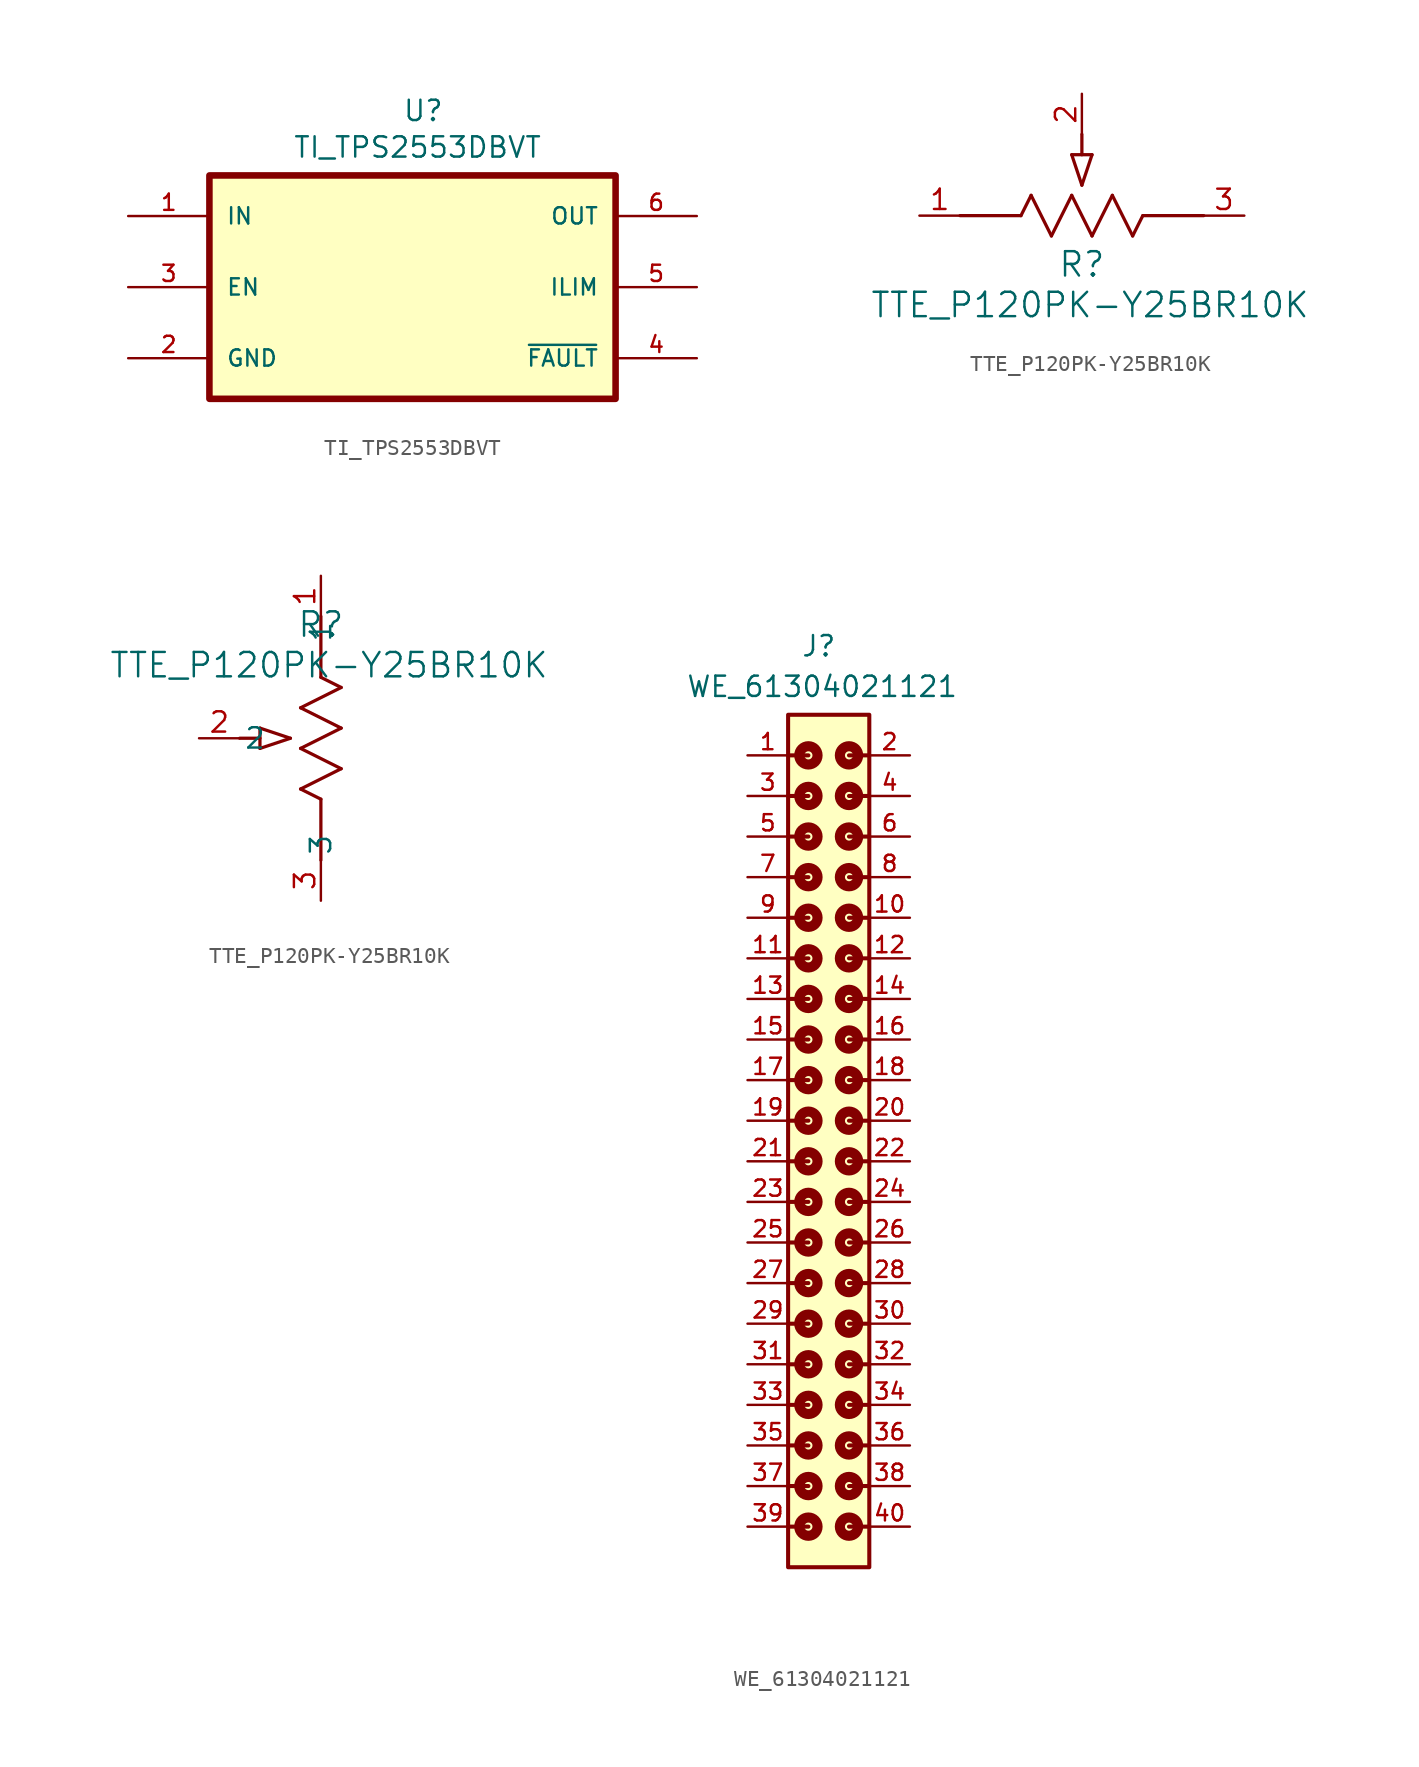
<source format=kicad_sym>
(kicad_symbol_lib
  (version 20241209)
  (generator "kicad_symbol_editor")
  (generator_version "9.0")
  (symbol "TI_TPS2553DBVT"
    (pin_names
      (offset 1.016))
    (property "Reference" "U"
      (at -0.635 10.287 0)
      (effects (font (size 1.27 1.27)) (justify left bottom)))
    (property "Value" "TI_TPS2553DBVT"
      (at -7.493 8.001 0)
      (effects (font (size 1.27 1.27)) (justify left bottom)))
    (symbol "TI_TPS2553DBVT_0_0"
      (rectangle (start -12.7 6.985) (end 12.7 -6.985) (stroke (width 0.41) (type default)) (fill (type background)))
      (pin input line (at -17.78 4.445 0) (length 5.08) (name "IN" (effects (font (size 1.016 1.016)))) (number "1" (effects (font (size 1.016 1.016)))))
      (pin input line (at -17.78 0 0) (length 5.08) (name "EN" (effects (font (size 1.016 1.016)))) (number "3" (effects (font (size 1.016 1.016)))))
      (pin power_in line (at -17.78 -4.445 0) (length 5.08) (name "GND" (effects (font (size 1.016 1.016)))) (number "2" (effects (font (size 1.016 1.016)))))
      (pin input line (at 17.78 0 180) (length 5.08) (name "ILIM" (effects (font (size 1.016 1.016)))) (number "5" (effects (font (size 1.016 1.016)))))
      (pin output line (at 17.78 -4.445 180) (length 5.08) (name "~{FAULT}" (effects (font (size 1.016 1.016)))) (number "4" (effects (font (size 1.016 1.016))))))
    (symbol "TI_TPS2553DBVT_1_0"
      (pin output line (at 17.78 4.445 180) (length 5.08) (name "OUT" (effects (font (size 1.016 1.016)))) (number "6" (effects (font (size 1.016 1.016)))))))
  (symbol "TTE_P120PK-Y25BR10K"
    (pin_names
      (offset 0.254))
    (property "Reference" "R"
      (at 0 -3.048 0)
      (effects (font (size 1.524 1.524))))
    (property "Value" "TTE_P120PK-Y25BR10K"
      (at 0.508 -5.588 0)
      (effects (font (size 1.524 1.524))))
    (symbol "TTE_P120PK-Y25BR10K_1_1"
      (polyline (pts (xy -7.62 0) (xy -3.81 0)) (stroke (width 0.203) (type default)) (fill (type none)))
      (polyline (pts (xy -3.81 0) (xy -3.175 1.27)) (stroke (width 0.203) (type default)) (fill (type none)))
      (polyline (pts (xy -3.175 1.27) (xy -1.905 -1.27)) (stroke (width 0.203) (type default)) (fill (type none)))
      (polyline (pts (xy -1.905 -1.27) (xy -0.635 1.27)) (stroke (width 0.203) (type default)) (fill (type none)))
      (polyline (pts (xy -0.635 3.81) (xy 0 1.905)) (stroke (width 0.203) (type default)) (fill (type none)))
      (polyline (pts (xy -0.635 3.81) (xy 0.635 3.81)) (stroke (width 0.203) (type default)) (fill (type none)))
      (polyline (pts (xy -0.635 1.27) (xy 0.635 -1.27)) (stroke (width 0.203) (type default)) (fill (type none)))
      (polyline (pts (xy 0 3.81) (xy 0 5.08)) (stroke (width 0.203) (type default)) (fill (type none)))
      (polyline (pts (xy 0.635 3.81) (xy 0 1.905)) (stroke (width 0.203) (type default)) (fill (type none)))
      (polyline (pts (xy 0.635 -1.27) (xy 1.905 1.27)) (stroke (width 0.203) (type default)) (fill (type none)))
      (polyline (pts (xy 1.905 1.27) (xy 3.175 -1.27)) (stroke (width 0.203) (type default)) (fill (type none)))
      (polyline (pts (xy 3.175 -1.27) (xy 3.81 0)) (stroke (width 0.203) (type default)) (fill (type none)))
      (polyline (pts (xy 3.81 0) (xy 7.62 0)) (stroke (width 0.203) (type default)) (fill (type none)))
      (pin unspecified line (at -10.16 0 0) (length 2.54) (name "" (effects (font (size 1.27 1.27)))) (number "1" (effects (font (size 1.27 1.27)))))
      (pin unspecified line (at 0 7.62 270) (length 2.54) (name "" (effects (font (size 1.27 1.27)))) (number "2" (effects (font (size 1.27 1.27)))))
      (pin unspecified line (at 10.16 0 180) (length 2.54) (name "" (effects (font (size 1.27 1.27)))) (number "3" (effects (font (size 1.27 1.27))))))
    (symbol "TTE_P120PK-Y25BR10K_1_2"
      (polyline (pts (xy -3.81 -9.525) (xy -1.905 -10.16)) (stroke (width 0.203) (type default)) (fill (type none)))
      (polyline (pts (xy -3.81 -10.16) (xy -5.08 -10.16)) (stroke (width 0.203) (type default)) (fill (type none)))
      (polyline (pts (xy -3.81 -10.795) (xy -3.81 -9.525)) (stroke (width 0.203) (type default)) (fill (type none)))
      (polyline (pts (xy -3.81 -10.795) (xy -1.905 -10.16)) (stroke (width 0.203) (type default)) (fill (type none)))
      (polyline (pts (xy -1.27 -8.255) (xy 1.27 -6.985)) (stroke (width 0.203) (type default)) (fill (type none)))
      (polyline (pts (xy -1.27 -10.795) (xy 1.27 -9.525)) (stroke (width 0.203) (type default)) (fill (type none)))
      (polyline (pts (xy -1.27 -13.335) (xy 1.27 -12.065)) (stroke (width 0.203) (type default)) (fill (type none)))
      (polyline (pts (xy 0 -6.35) (xy 0 -2.54)) (stroke (width 0.203) (type default)) (fill (type none)))
      (polyline (pts (xy 0 -13.97) (xy -1.27 -13.335)) (stroke (width 0.203) (type default)) (fill (type none)))
      (polyline (pts (xy 0 -17.78) (xy 0 -13.97)) (stroke (width 0.203) (type default)) (fill (type none)))
      (polyline (pts (xy 1.27 -6.985) (xy 0 -6.35)) (stroke (width 0.203) (type default)) (fill (type none)))
      (polyline (pts (xy 1.27 -9.525) (xy -1.27 -8.255)) (stroke (width 0.203) (type default)) (fill (type none)))
      (polyline (pts (xy 1.27 -12.065) (xy -1.27 -10.795)) (stroke (width 0.203) (type default)) (fill (type none)))
      (pin unspecified line (at -7.62 -10.16 0) (length 2.54) (name "2" (effects (font (size 1.27 1.27)))) (number "2" (effects (font (size 1.27 1.27)))))
      (pin unspecified line (at 0 0 270) (length 2.54) (name "1" (effects (font (size 1.27 1.27)))) (number "1" (effects (font (size 1.27 1.27)))))
      (pin unspecified line (at 0 -20.32 90) (length 2.54) (name "3" (effects (font (size 1.27 1.27)))) (number "3" (effects (font (size 1.27 1.27)))))))
  (symbol "WE_61304021121"
    (pin_names
      (offset 1.016))
    (property "Reference" "J"
      (at 0.508 31.496 0)
      (effects (font (size 1.27 1.27)) (justify right bottom)))
    (property "Value" "WE_61304021121"
      (at 8.128 28.956 0)
      (effects (font (size 1.27 1.27)) (justify right bottom)))
    (symbol "WE_61304021121_0_0"
      (circle (center -1.27 25.4) (radius 0.254) (stroke (width 0.635) (type default)) (fill (type none)))
      (polyline (pts (xy -1.27 25.4) (xy -2.54 25.4)) (stroke (width 0.254) (type default)) (fill (type none)))
      (circle (center -1.27 22.86) (radius 0.254) (stroke (width 0.635) (type default)) (fill (type none)))
      (polyline (pts (xy -1.27 22.86) (xy -2.54 22.86)) (stroke (width 0.254) (type default)) (fill (type none)))
      (circle (center -1.27 20.32) (radius 0.254) (stroke (width 0.635) (type default)) (fill (type none)))
      (polyline (pts (xy -1.27 20.32) (xy -2.54 20.32)) (stroke (width 0.254) (type default)) (fill (type none)))
      (circle (center -1.27 17.78) (radius 0.254) (stroke (width 0.635) (type default)) (fill (type none)))
      (polyline (pts (xy -1.27 17.78) (xy -2.54 17.78)) (stroke (width 0.254) (type default)) (fill (type none)))
      (circle (center -1.27 15.24) (radius 0.254) (stroke (width 0.635) (type default)) (fill (type none)))
      (polyline (pts (xy -1.27 15.24) (xy -2.54 15.24)) (stroke (width 0.254) (type default)) (fill (type none)))
      (circle (center -1.27 12.7) (radius 0.254) (stroke (width 0.635) (type default)) (fill (type none)))
      (polyline (pts (xy -1.27 12.7) (xy -2.54 12.7)) (stroke (width 0.254) (type default)) (fill (type none)))
      (circle (center -1.27 10.16) (radius 0.254) (stroke (width 0.635) (type default)) (fill (type none)))
      (polyline (pts (xy -1.27 10.16) (xy -2.54 10.16)) (stroke (width 0.254) (type default)) (fill (type none)))
      (circle (center -1.27 7.62) (radius 0.254) (stroke (width 0.635) (type default)) (fill (type none)))
      (polyline (pts (xy -1.27 7.62) (xy -2.54 7.62)) (stroke (width 0.254) (type default)) (fill (type none)))
      (circle (center -1.27 5.08) (radius 0.254) (stroke (width 0.635) (type default)) (fill (type none)))
      (polyline (pts (xy -1.27 5.08) (xy -2.54 5.08)) (stroke (width 0.254) (type default)) (fill (type none)))
      (circle (center -1.27 2.54) (radius 0.254) (stroke (width 0.635) (type default)) (fill (type none)))
      (polyline (pts (xy -1.27 2.54) (xy -2.54 2.54)) (stroke (width 0.254) (type default)) (fill (type none)))
      (circle (center -1.27 0) (radius 0.254) (stroke (width 0.635) (type default)) (fill (type none)))
      (polyline (pts (xy -1.27 0) (xy -2.54 0)) (stroke (width 0.254) (type default)) (fill (type none)))
      (circle (center -1.27 -2.54) (radius 0.254) (stroke (width 0.635) (type default)) (fill (type none)))
      (polyline (pts (xy -1.27 -2.54) (xy -2.54 -2.54)) (stroke (width 0.254) (type default)) (fill (type none)))
      (circle (center -1.27 -5.08) (radius 0.254) (stroke (width 0.635) (type default)) (fill (type none)))
      (polyline (pts (xy -1.27 -5.08) (xy -2.54 -5.08)) (stroke (width 0.254) (type default)) (fill (type none)))
      (circle (center -1.27 -7.62) (radius 0.254) (stroke (width 0.635) (type default)) (fill (type none)))
      (polyline (pts (xy -1.27 -7.62) (xy -2.54 -7.62)) (stroke (width 0.254) (type default)) (fill (type none)))
      (circle (center -1.27 -10.16) (radius 0.254) (stroke (width 0.635) (type default)) (fill (type none)))
      (polyline (pts (xy -1.27 -10.16) (xy -2.54 -10.16)) (stroke (width 0.254) (type default)) (fill (type none)))
      (circle (center -1.27 -12.7) (radius 0.254) (stroke (width 0.635) (type default)) (fill (type none)))
      (polyline (pts (xy -1.27 -12.7) (xy -2.54 -12.7)) (stroke (width 0.254) (type default)) (fill (type none)))
      (circle (center -1.27 -15.24) (radius 0.254) (stroke (width 0.635) (type default)) (fill (type none)))
      (polyline (pts (xy -1.27 -15.24) (xy -2.54 -15.24)) (stroke (width 0.254) (type default)) (fill (type none)))
      (circle (center -1.27 -17.78) (radius 0.254) (stroke (width 0.635) (type default)) (fill (type none)))
      (polyline (pts (xy -1.27 -17.78) (xy -2.54 -17.78)) (stroke (width 0.254) (type default)) (fill (type none)))
      (circle (center -1.27 -20.32) (radius 0.254) (stroke (width 0.635) (type default)) (fill (type none)))
      (polyline (pts (xy -1.27 -20.32) (xy -2.54 -20.32)) (stroke (width 0.254) (type default)) (fill (type none)))
      (circle (center -1.27 -22.86) (radius 0.254) (stroke (width 0.635) (type default)) (fill (type none)))
      (polyline (pts (xy -1.27 -22.86) (xy -2.54 -22.86)) (stroke (width 0.254) (type default)) (fill (type none)))
      (polyline (pts (xy 1.27 25.4) (xy 2.54 25.4)) (stroke (width 0.254) (type default)) (fill (type none)))
      (circle (center 1.27 25.4) (radius 0.254) (stroke (width 0.635) (type default)) (fill (type none)))
      (polyline (pts (xy 1.27 22.86) (xy 2.54 22.86)) (stroke (width 0.254) (type default)) (fill (type none)))
      (circle (center 1.27 22.86) (radius 0.254) (stroke (width 0.635) (type default)) (fill (type none)))
      (polyline (pts (xy 1.27 20.32) (xy 2.54 20.32)) (stroke (width 0.254) (type default)) (fill (type none)))
      (circle (center 1.27 20.32) (radius 0.254) (stroke (width 0.635) (type default)) (fill (type none)))
      (polyline (pts (xy 1.27 17.78) (xy 2.54 17.78)) (stroke (width 0.254) (type default)) (fill (type none)))
      (circle (center 1.27 17.78) (radius 0.254) (stroke (width 0.635) (type default)) (fill (type none)))
      (polyline (pts (xy 1.27 15.24) (xy 2.54 15.24)) (stroke (width 0.254) (type default)) (fill (type none)))
      (circle (center 1.27 15.24) (radius 0.254) (stroke (width 0.635) (type default)) (fill (type none)))
      (polyline (pts (xy 1.27 12.7) (xy 2.54 12.7)) (stroke (width 0.254) (type default)) (fill (type none)))
      (circle (center 1.27 12.7) (radius 0.254) (stroke (width 0.635) (type default)) (fill (type none)))
      (polyline (pts (xy 1.27 10.16) (xy 2.54 10.16)) (stroke (width 0.254) (type default)) (fill (type none)))
      (circle (center 1.27 10.16) (radius 0.254) (stroke (width 0.635) (type default)) (fill (type none)))
      (polyline (pts (xy 1.27 7.62) (xy 2.54 7.62)) (stroke (width 0.254) (type default)) (fill (type none)))
      (circle (center 1.27 7.62) (radius 0.254) (stroke (width 0.635) (type default)) (fill (type none)))
      (polyline (pts (xy 1.27 5.08) (xy 2.54 5.08)) (stroke (width 0.254) (type default)) (fill (type none)))
      (circle (center 1.27 5.08) (radius 0.254) (stroke (width 0.635) (type default)) (fill (type none)))
      (polyline (pts (xy 1.27 2.54) (xy 2.54 2.54)) (stroke (width 0.254) (type default)) (fill (type none)))
      (circle (center 1.27 2.54) (radius 0.254) (stroke (width 0.635) (type default)) (fill (type none)))
      (polyline (pts (xy 1.27 0) (xy 2.54 0)) (stroke (width 0.254) (type default)) (fill (type none)))
      (circle (center 1.27 0) (radius 0.254) (stroke (width 0.635) (type default)) (fill (type none)))
      (polyline (pts (xy 1.27 -2.54) (xy 2.54 -2.54)) (stroke (width 0.254) (type default)) (fill (type none)))
      (circle (center 1.27 -2.54) (radius 0.254) (stroke (width 0.635) (type default)) (fill (type none)))
      (polyline (pts (xy 1.27 -5.08) (xy 2.54 -5.08)) (stroke (width 0.254) (type default)) (fill (type none)))
      (circle (center 1.27 -5.08) (radius 0.254) (stroke (width 0.635) (type default)) (fill (type none)))
      (polyline (pts (xy 1.27 -7.62) (xy 2.54 -7.62)) (stroke (width 0.254) (type default)) (fill (type none)))
      (circle (center 1.27 -7.62) (radius 0.254) (stroke (width 0.635) (type default)) (fill (type none)))
      (polyline (pts (xy 1.27 -10.16) (xy 2.54 -10.16)) (stroke (width 0.254) (type default)) (fill (type none)))
      (circle (center 1.27 -10.16) (radius 0.254) (stroke (width 0.635) (type default)) (fill (type none)))
      (polyline (pts (xy 1.27 -12.7) (xy 2.54 -12.7)) (stroke (width 0.254) (type default)) (fill (type none)))
      (circle (center 1.27 -12.7) (radius 0.254) (stroke (width 0.635) (type default)) (fill (type none)))
      (polyline (pts (xy 1.27 -15.24) (xy 2.54 -15.24)) (stroke (width 0.254) (type default)) (fill (type none)))
      (circle (center 1.27 -15.24) (radius 0.254) (stroke (width 0.635) (type default)) (fill (type none)))
      (polyline (pts (xy 1.27 -17.78) (xy 2.54 -17.78)) (stroke (width 0.254) (type default)) (fill (type none)))
      (circle (center 1.27 -17.78) (radius 0.254) (stroke (width 0.635) (type default)) (fill (type none)))
      (polyline (pts (xy 1.27 -20.32) (xy 2.54 -20.32)) (stroke (width 0.254) (type default)) (fill (type none)))
      (circle (center 1.27 -20.32) (radius 0.254) (stroke (width 0.635) (type default)) (fill (type none)))
      (polyline (pts (xy 1.27 -22.86) (xy 2.54 -22.86)) (stroke (width 0.254) (type default)) (fill (type none)))
      (circle (center 1.27 -22.86) (radius 0.254) (stroke (width 0.635) (type default)) (fill (type none)))
      (rectangle (start 2.54 27.94) (end -2.54 -25.4) (stroke (width 0.254) (type default)) (fill (type background)))
      (pin passive line (at -5.08 25.4 0) (length 2.54) (name "~" (effects (font (size 1.016 1.016)))) (number "1" (effects (font (size 1.016 1.016)))))
      (pin passive line (at -5.08 22.86 0) (length 2.54) (name "~" (effects (font (size 1.016 1.016)))) (number "3" (effects (font (size 1.016 1.016)))))
      (pin passive line (at -5.08 20.32 0) (length 2.54) (name "~" (effects (font (size 1.016 1.016)))) (number "5" (effects (font (size 1.016 1.016)))))
      (pin passive line (at -5.08 17.78 0) (length 2.54) (name "~" (effects (font (size 1.016 1.016)))) (number "7" (effects (font (size 1.016 1.016)))))
      (pin passive line (at -5.08 15.24 0) (length 2.54) (name "~" (effects (font (size 1.016 1.016)))) (number "9" (effects (font (size 1.016 1.016)))))
      (pin passive line (at -5.08 12.7 0) (length 2.54) (name "~" (effects (font (size 1.016 1.016)))) (number "11" (effects (font (size 1.016 1.016)))))
      (pin passive line (at -5.08 10.16 0) (length 2.54) (name "~" (effects (font (size 1.016 1.016)))) (number "13" (effects (font (size 1.016 1.016)))))
      (pin passive line (at -5.08 7.62 0) (length 2.54) (name "~" (effects (font (size 1.016 1.016)))) (number "15" (effects (font (size 1.016 1.016)))))
      (pin passive line (at -5.08 5.08 0) (length 2.54) (name "~" (effects (font (size 1.016 1.016)))) (number "17" (effects (font (size 1.016 1.016)))))
      (pin passive line (at -5.08 2.54 0) (length 2.54) (name "~" (effects (font (size 1.016 1.016)))) (number "19" (effects (font (size 1.016 1.016)))))
      (pin passive line (at -5.08 0 0) (length 2.54) (name "~" (effects (font (size 1.016 1.016)))) (number "21" (effects (font (size 1.016 1.016)))))
      (pin passive line (at -5.08 -2.54 0) (length 2.54) (name "~" (effects (font (size 1.016 1.016)))) (number "23" (effects (font (size 1.016 1.016)))))
      (pin passive line (at -5.08 -5.08 0) (length 2.54) (name "~" (effects (font (size 1.016 1.016)))) (number "25" (effects (font (size 1.016 1.016)))))
      (pin passive line (at -5.08 -7.62 0) (length 2.54) (name "~" (effects (font (size 1.016 1.016)))) (number "27" (effects (font (size 1.016 1.016)))))
      (pin passive line (at -5.08 -10.16 0) (length 2.54) (name "~" (effects (font (size 1.016 1.016)))) (number "29" (effects (font (size 1.016 1.016)))))
      (pin passive line (at -5.08 -12.7 0) (length 2.54) (name "~" (effects (font (size 1.016 1.016)))) (number "31" (effects (font (size 1.016 1.016)))))
      (pin passive line (at -5.08 -15.24 0) (length 2.54) (name "~" (effects (font (size 1.016 1.016)))) (number "33" (effects (font (size 1.016 1.016)))))
      (pin passive line (at -5.08 -17.78 0) (length 2.54) (name "~" (effects (font (size 1.016 1.016)))) (number "35" (effects (font (size 1.016 1.016)))))
      (pin passive line (at -5.08 -20.32 0) (length 2.54) (name "~" (effects (font (size 1.016 1.016)))) (number "37" (effects (font (size 1.016 1.016)))))
      (pin passive line (at -5.08 -22.86 0) (length 2.54) (name "~" (effects (font (size 1.016 1.016)))) (number "39" (effects (font (size 1.016 1.016)))))
      (pin passive line (at 5.08 25.4 180) (length 2.54) (name "~" (effects (font (size 1.016 1.016)))) (number "2" (effects (font (size 1.016 1.016)))))
      (pin passive line (at 5.08 22.86 180) (length 2.54) (name "~" (effects (font (size 1.016 1.016)))) (number "4" (effects (font (size 1.016 1.016)))))
      (pin passive line (at 5.08 20.32 180) (length 2.54) (name "~" (effects (font (size 1.016 1.016)))) (number "6" (effects (font (size 1.016 1.016)))))
      (pin passive line (at 5.08 17.78 180) (length 2.54) (name "~" (effects (font (size 1.016 1.016)))) (number "8" (effects (font (size 1.016 1.016)))))
      (pin passive line (at 5.08 15.24 180) (length 2.54) (name "~" (effects (font (size 1.016 1.016)))) (number "10" (effects (font (size 1.016 1.016)))))
      (pin passive line (at 5.08 12.7 180) (length 2.54) (name "~" (effects (font (size 1.016 1.016)))) (number "12" (effects (font (size 1.016 1.016)))))
      (pin passive line (at 5.08 10.16 180) (length 2.54) (name "~" (effects (font (size 1.016 1.016)))) (number "14" (effects (font (size 1.016 1.016)))))
      (pin passive line (at 5.08 7.62 180) (length 2.54) (name "~" (effects (font (size 1.016 1.016)))) (number "16" (effects (font (size 1.016 1.016)))))
      (pin passive line (at 5.08 5.08 180) (length 2.54) (name "~" (effects (font (size 1.016 1.016)))) (number "18" (effects (font (size 1.016 1.016)))))
      (pin passive line (at 5.08 2.54 180) (length 2.54) (name "~" (effects (font (size 1.016 1.016)))) (number "20" (effects (font (size 1.016 1.016)))))
      (pin passive line (at 5.08 0 180) (length 2.54) (name "~" (effects (font (size 1.016 1.016)))) (number "22" (effects (font (size 1.016 1.016)))))
      (pin passive line (at 5.08 -2.54 180) (length 2.54) (name "~" (effects (font (size 1.016 1.016)))) (number "24" (effects (font (size 1.016 1.016)))))
      (pin passive line (at 5.08 -5.08 180) (length 2.54) (name "~" (effects (font (size 1.016 1.016)))) (number "26" (effects (font (size 1.016 1.016)))))
      (pin passive line (at 5.08 -7.62 180) (length 2.54) (name "~" (effects (font (size 1.016 1.016)))) (number "28" (effects (font (size 1.016 1.016)))))
      (pin passive line (at 5.08 -10.16 180) (length 2.54) (name "~" (effects (font (size 1.016 1.016)))) (number "30" (effects (font (size 1.016 1.016)))))
      (pin passive line (at 5.08 -12.7 180) (length 2.54) (name "~" (effects (font (size 1.016 1.016)))) (number "32" (effects (font (size 1.016 1.016)))))
      (pin passive line (at 5.08 -15.24 180) (length 2.54) (name "~" (effects (font (size 1.016 1.016)))) (number "34" (effects (font (size 1.016 1.016)))))
      (pin passive line (at 5.08 -17.78 180) (length 2.54) (name "~" (effects (font (size 1.016 1.016)))) (number "36" (effects (font (size 1.016 1.016)))))
      (pin passive line (at 5.08 -20.32 180) (length 2.54) (name "~" (effects (font (size 1.016 1.016)))) (number "38" (effects (font (size 1.016 1.016)))))
      (pin passive line (at 5.08 -22.86 180) (length 2.54) (name "~" (effects (font (size 1.016 1.016)))) (number "40" (effects (font (size 1.016 1.016))))))))
</source>
